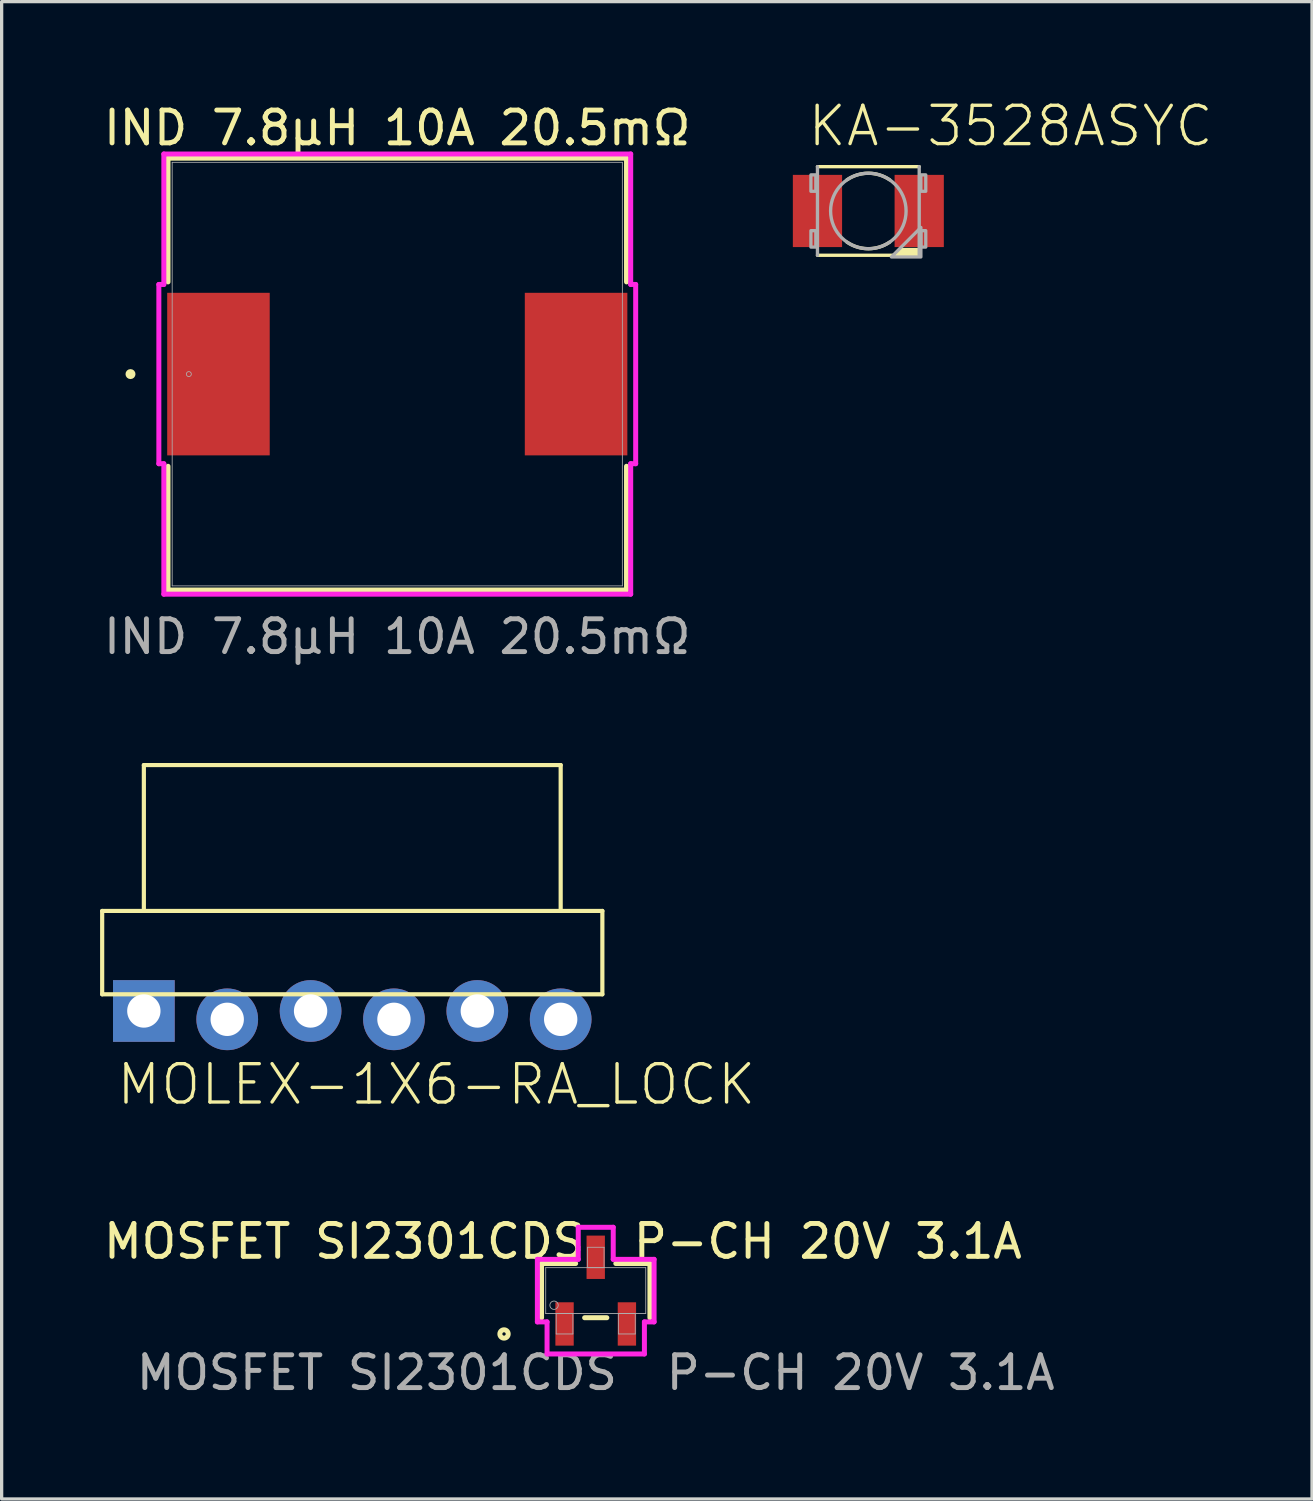
<source format=kicad_pcb>
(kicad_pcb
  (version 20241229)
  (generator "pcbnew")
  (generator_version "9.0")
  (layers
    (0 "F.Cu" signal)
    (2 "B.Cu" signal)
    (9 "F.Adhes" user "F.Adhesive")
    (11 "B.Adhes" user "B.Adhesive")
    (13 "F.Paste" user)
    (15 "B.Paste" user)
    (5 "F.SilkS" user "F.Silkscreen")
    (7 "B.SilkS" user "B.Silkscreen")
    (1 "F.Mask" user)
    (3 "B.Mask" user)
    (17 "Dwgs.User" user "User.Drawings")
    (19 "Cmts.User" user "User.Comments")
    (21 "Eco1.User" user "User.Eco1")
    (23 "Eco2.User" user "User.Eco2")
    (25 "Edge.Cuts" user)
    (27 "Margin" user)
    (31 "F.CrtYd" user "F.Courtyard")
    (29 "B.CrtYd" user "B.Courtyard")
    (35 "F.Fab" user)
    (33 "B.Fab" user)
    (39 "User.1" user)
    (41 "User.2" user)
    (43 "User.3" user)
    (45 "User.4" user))
  (footprint "MOLEX-1X6-RA_LOCK"
    (layer "F.Cu")
    (at 1.333 27.88)
    (property "Reference" "MOLEX-1X6-RA_LOCK" (at -0.889 2.794 0) (unlocked yes) (layer "F.SilkS") (effects (font (size 1.168 1.168) (thickness 0.102)) (justify left bottom)))
    (fp_line (start -1.27 -0.635) (end -1.27 -3.175) (stroke (width 0.127) (type solid)) (layer "F.SilkS"))
    (fp_line (start 0 -7.62) (end 12.7 -7.62) (stroke (width 0.127) (type solid)) (layer "F.SilkS"))
    (fp_line (start 0 -3.175) (end -1.27 -3.175) (stroke (width 0.127) (type solid)) (layer "F.SilkS"))
    (fp_line (start 0 -3.175) (end 0 -7.62) (stroke (width 0.127) (type solid)) (layer "F.SilkS"))
    (fp_line (start 12.7 -7.62) (end 12.7 -3.175) (stroke (width 0.127) (type solid)) (layer "F.SilkS"))
    (fp_line (start 12.7 -3.175) (end 0 -3.175) (stroke (width 0.127) (type solid)) (layer "F.SilkS"))
    (fp_line (start 13.97 -3.175) (end 12.7 -3.175) (stroke (width 0.127) (type solid)) (layer "F.SilkS"))
    (fp_line (start 13.97 -0.635) (end -1.27 -0.635) (stroke (width 0.127) (type solid)) (layer "F.SilkS"))
    (fp_line (start 13.97 -0.635) (end 13.97 -3.175) (stroke (width 0.127) (type solid)) (layer "F.SilkS"))
    (pad "1" thru_hole rect (at 0 -0.127) (size 1.88 1.88) (drill 1.016) (layers "*.Cu" "*.Mask"))
    (pad "2" thru_hole circle (at 2.54 0.127) (size 1.88 1.88) (drill 1.016) (layers "*.Cu" "*.Mask"))
    (pad "3" thru_hole circle (at 5.08 -0.127) (size 1.88 1.88) (drill 1.016) (layers "*.Cu" "*.Mask"))
    (pad "4" thru_hole circle (at 7.62 0.127) (size 1.88 1.88) (drill 1.016) (layers "*.Cu" "*.Mask"))
    (pad "5" thru_hole circle (at 10.16 -0.127) (size 1.88 1.88) (drill 1.016) (layers "*.Cu" "*.Mask"))
    (pad "6" thru_hole circle (at 12.7 0.127) (size 1.88 1.88) (drill 1.016) (layers "*.Cu" "*.Mask")))
  (footprint "KA-3528ASYC"
    (layer "F.Cu")
    (at 23.407 3.378)
    (property "Reference" "KA-3528ASYC" (at -1.905 -1.905 0) (unlocked yes) (layer "F.SilkS") (effects (font (size 1.168 1.168) (thickness 0.102)) (justify left bottom)))
    (fp_line (start -1.55 -1.35) (end 1.55 -1.35) (stroke (width 0.102) (type solid)) (layer "F.SilkS"))
    (fp_line (start 1.55 1.35) (end -1.55 1.35) (stroke (width 0.102) (type solid)) (layer "F.SilkS"))
    (fp_arc (start -0.65 -0.95) (mid 0 -1.149991) (end 0.65 -0.95) (stroke (width 0.1016) (type solid)) (layer "F.SilkS"))
    (fp_arc (start 0.65 0.95) (mid 0 1.149991) (end -0.65 0.95) (stroke (width 0.1016) (type solid)) (layer "F.SilkS"))
    (fp_poly (pts (xy 1.601 1.401) (xy 0.702 1.401) (xy 0.979 1.124) (xy 1.601 1.124)) (stroke (width 0) (type default)) (fill yes) (layer "F.SilkS"))
    (fp_line (start -1.55 1.35) (end -1.55 -1.35) (stroke (width 0.102) (type solid)) (layer "F.Fab"))
    (fp_line (start 1.55 -1.35) (end 1.55 1.35) (stroke (width 0.102) (type solid)) (layer "F.Fab"))
    (fp_circle (center 0 0) (end 1.15 0) (stroke (width 0.102) (type solid)) (fill no) (layer "F.Fab"))
    (fp_poly (pts (xy 1.601 1.401) (xy 0.702 1.401) (xy 1.601 0.502)) (stroke (width 0.1) (type default)) (fill no) (layer "F.Fab"))
    (fp_poly (pts (xy -1.75 -0.6) (xy -1.6 -0.6) (xy -1.6 -1.1) (xy -1.75 -1.1)) (stroke (width 0.1) (type default)) (fill no) (layer "F.Fab"))
    (fp_poly (pts (xy -1.75 1.1) (xy -1.6 1.1) (xy -1.6 0.6) (xy -1.75 0.6)) (stroke (width 0.1) (type default)) (fill no) (layer "F.Fab"))
    (fp_poly (pts (xy 1.75 -1.1) (xy 1.6 -1.1) (xy 1.6 -0.6) (xy 1.75 -0.6)) (stroke (width 0.1) (type default)) (fill no) (layer "F.Fab"))
    (fp_poly (pts (xy 1.75 0.6) (xy 1.6 0.6) (xy 1.6 1.1) (xy 1.75 1.1)) (stroke (width 0.1) (type default)) (fill no) (layer "F.Fab"))
    (pad "A" smd rect (at -1.55 0) (size 1.5 2.2) (layers "F.Cu" "F.Mask" "F.Paste"))
    (pad "C" smd rect (at 1.55 0) (size 1.5 2.2) (layers "F.Cu" "F.Mask" "F.Paste")))
  (footprint "MOSFET SI2301CDS  P-CH 20V 3.1A"
    (layer "F.Cu")
    (at 15.101 36.273)
    (property "Reference" "MOSFET SI2301CDS  P-CH 20V 3.1A" (at -1 -1.5 0) (unlocked yes) (layer "F.SilkS") (effects (font (size 1 1) (thickness 0.15))))
    (attr smd)
    (fp_line (start -1.651 -0.826) (end -1.651 0.826) (stroke (width 0.152) (type solid)) (layer "F.SilkS"))
    (fp_line (start -0.612 -0.826) (end -1.651 -0.826) (stroke (width 0.152) (type solid)) (layer "F.SilkS"))
    (fp_line (start -0.338 0.826) (end 0.338 0.826) (stroke (width 0.152) (type solid)) (layer "F.SilkS"))
    (fp_line (start 1.651 -0.826) (end 0.612 -0.826) (stroke (width 0.152) (type solid)) (layer "F.SilkS"))
    (fp_line (start 1.651 0.826) (end 1.651 -0.826) (stroke (width 0.152) (type solid)) (layer "F.SilkS"))
    (fp_circle (center -2.794 1.321) (end -2.667 1.321) (stroke (width 0.152) (type solid)) (fill no) (layer "F.SilkS"))
    (fp_line (start -1.778 -0.953) (end -0.533 -0.953) (stroke (width 0.152) (type solid)) (layer "F.CrtYd"))
    (fp_line (start -1.778 0.953) (end -1.778 -0.953) (stroke (width 0.152) (type solid)) (layer "F.CrtYd"))
    (fp_line (start -1.778 0.953) (end -1.483 0.953) (stroke (width 0.152) (type solid)) (layer "F.CrtYd"))
    (fp_line (start -1.483 0.953) (end -1.483 1.93) (stroke (width 0.152) (type solid)) (layer "F.CrtYd"))
    (fp_line (start -1.483 1.93) (end 1.483 1.93) (stroke (width 0.152) (type solid)) (layer "F.CrtYd"))
    (fp_line (start -0.533 -1.93) (end 0.533 -1.93) (stroke (width 0.152) (type solid)) (layer "F.CrtYd"))
    (fp_line (start -0.533 -0.953) (end -0.533 -1.93) (stroke (width 0.152) (type solid)) (layer "F.CrtYd"))
    (fp_line (start 0.533 -0.953) (end 0.533 -1.93) (stroke (width 0.152) (type solid)) (layer "F.CrtYd"))
    (fp_line (start 1.483 0.953) (end 1.483 1.93) (stroke (width 0.152) (type solid)) (layer "F.CrtYd"))
    (fp_line (start 1.778 -0.953) (end 0.533 -0.953) (stroke (width 0.152) (type solid)) (layer "F.CrtYd"))
    (fp_line (start 1.778 -0.953) (end 1.778 0.953) (stroke (width 0.152) (type solid)) (layer "F.CrtYd"))
    (fp_line (start 1.778 0.953) (end 1.483 0.953) (stroke (width 0.152) (type solid)) (layer "F.CrtYd"))
    (fp_line (start -1.524 -0.699) (end -1.524 0.699) (stroke (width 0.025) (type solid)) (layer "F.Fab"))
    (fp_line (start -1.524 0.699) (end 1.524 0.699) (stroke (width 0.025) (type solid)) (layer "F.Fab"))
    (fp_line (start -1.204 0.699) (end -1.204 1.321) (stroke (width 0.025) (type solid)) (layer "F.Fab"))
    (fp_line (start -1.204 1.321) (end -0.696 1.321) (stroke (width 0.025) (type solid)) (layer "F.Fab"))
    (fp_line (start -0.696 0.699) (end -1.204 0.699) (stroke (width 0.025) (type solid)) (layer "F.Fab"))
    (fp_line (start -0.696 1.321) (end -0.696 0.699) (stroke (width 0.025) (type solid)) (layer "F.Fab"))
    (fp_line (start -0.254 -1.321) (end -0.254 -0.699) (stroke (width 0.025) (type solid)) (layer "F.Fab"))
    (fp_line (start -0.254 -0.699) (end 0.254 -0.699) (stroke (width 0.025) (type solid)) (layer "F.Fab"))
    (fp_line (start 0.254 -1.321) (end -0.254 -1.321) (stroke (width 0.025) (type solid)) (layer "F.Fab"))
    (fp_line (start 0.254 -0.699) (end 0.254 -1.321) (stroke (width 0.025) (type solid)) (layer "F.Fab"))
    (fp_line (start 0.696 0.699) (end 0.696 1.321) (stroke (width 0.025) (type solid)) (layer "F.Fab"))
    (fp_line (start 0.696 1.321) (end 1.204 1.321) (stroke (width 0.025) (type solid)) (layer "F.Fab"))
    (fp_line (start 1.204 0.699) (end 0.696 0.699) (stroke (width 0.025) (type solid)) (layer "F.Fab"))
    (fp_line (start 1.204 1.321) (end 1.204 0.699) (stroke (width 0.025) (type solid)) (layer "F.Fab"))
    (fp_line (start 1.524 -0.699) (end -1.524 -0.699) (stroke (width 0.025) (type solid)) (layer "F.Fab"))
    (fp_line (start 1.524 0.699) (end 1.524 -0.699) (stroke (width 0.025) (type solid)) (layer "F.Fab"))
    (fp_circle (center -1.27 0.445) (end -1.143 0.445) (stroke (width 0.025) (type solid)) (fill no) (layer "F.Fab"))
    (fp_text user "${REFERENCE}" (at 0 2.5 0) (unlocked yes) (layer "F.Fab") (effects (font (size 1 1) (thickness 0.15))))
    (pad "1" smd rect (at -0.95 1.016) (size 0.559 1.321) (layers "F.Cu" "F.Mask" "F.Paste"))
    (pad "2" smd rect (at 0.95 1.016) (size 0.559 1.321) (layers "F.Cu" "F.Mask" "F.Paste"))
    (pad "3" smd rect (at 0 -1.016) (size 0.559 1.321) (layers "F.Cu" "F.Mask" "F.Paste")))
  (footprint "IND 7.8µH 10A 20.5mΩ"
    (layer "F.Cu")
    (at 9.054 8.348)
    (property "Reference" "IND 7.8µH 10A 20.5mΩ" (at 0 -7.5 0) (unlocked yes) (layer "F.SilkS") (effects (font (size 1 1) (thickness 0.15))))
    (attr smd)
    (fp_line (start -6.985 -6.579) (end -6.985 -2.809) (stroke (width 0.152) (type solid)) (layer "F.SilkS"))
    (fp_line (start -6.985 2.809) (end -6.985 6.579) (stroke (width 0.152) (type solid)) (layer "F.SilkS"))
    (fp_line (start -6.985 6.579) (end 6.985 6.579) (stroke (width 0.152) (type solid)) (layer "F.SilkS"))
    (fp_line (start 6.985 -6.579) (end -6.985 -6.579) (stroke (width 0.152) (type solid)) (layer "F.SilkS"))
    (fp_line (start 6.985 -2.809) (end 6.985 -6.579) (stroke (width 0.152) (type solid)) (layer "F.SilkS"))
    (fp_line (start 6.985 6.579) (end 6.985 2.809) (stroke (width 0.152) (type solid)) (layer "F.SilkS"))
    (fp_circle (center -8.128 0) (end -8.052 0) (stroke (width 0.152) (type solid)) (fill no) (layer "F.SilkS"))
    (fp_line (start -7.264 -2.731) (end -7.112 -2.731) (stroke (width 0.152) (type solid)) (layer "F.CrtYd"))
    (fp_line (start -7.264 2.731) (end -7.264 -2.731) (stroke (width 0.152) (type solid)) (layer "F.CrtYd"))
    (fp_line (start -7.112 -6.706) (end 7.112 -6.706) (stroke (width 0.152) (type solid)) (layer "F.CrtYd"))
    (fp_line (start -7.112 -2.731) (end -7.112 -6.706) (stroke (width 0.152) (type solid)) (layer "F.CrtYd"))
    (fp_line (start -7.112 2.731) (end -7.264 2.731) (stroke (width 0.152) (type solid)) (layer "F.CrtYd"))
    (fp_line (start -7.112 6.706) (end -7.112 2.731) (stroke (width 0.152) (type solid)) (layer "F.CrtYd"))
    (fp_line (start 7.112 -6.706) (end 7.112 -2.731) (stroke (width 0.152) (type solid)) (layer "F.CrtYd"))
    (fp_line (start 7.112 -2.731) (end 7.264 -2.731) (stroke (width 0.152) (type solid)) (layer "F.CrtYd"))
    (fp_line (start 7.112 2.731) (end 7.112 6.706) (stroke (width 0.152) (type solid)) (layer "F.CrtYd"))
    (fp_line (start 7.112 6.706) (end -7.112 6.706) (stroke (width 0.152) (type solid)) (layer "F.CrtYd"))
    (fp_line (start 7.264 -2.731) (end 7.264 2.731) (stroke (width 0.152) (type solid)) (layer "F.CrtYd"))
    (fp_line (start 7.264 2.731) (end 7.112 2.731) (stroke (width 0.152) (type solid)) (layer "F.CrtYd"))
    (fp_line (start -6.858 -6.452) (end -6.858 6.452) (stroke (width 0.025) (type solid)) (layer "F.Fab"))
    (fp_line (start -6.858 6.452) (end 6.858 6.452) (stroke (width 0.025) (type solid)) (layer "F.Fab"))
    (fp_line (start 6.858 -6.452) (end -6.858 -6.452) (stroke (width 0.025) (type solid)) (layer "F.Fab"))
    (fp_line (start 6.858 6.452) (end 6.858 -6.452) (stroke (width 0.025) (type solid)) (layer "F.Fab"))
    (fp_circle (center -6.35 0) (end -6.274 0) (stroke (width 0.025) (type solid)) (fill no) (layer "F.Fab"))
    (fp_text user "${REFERENCE}" (at 0 8 0) (unlocked yes) (layer "F.Fab") (effects (font (size 1 1) (thickness 0.15))))
    (pad "1" smd rect (at -5.448 0 90) (size 4.953 3.124) (layers "F.Cu" "F.Mask" "F.Paste"))
    (pad "2" smd rect (at 5.448 0 90) (size 4.953 3.124) (layers "F.Cu" "F.Mask" "F.Paste"))
    (zone (net_name "") (layer "F.Cu") (hatch full 0.508) (connect_pads) (min_thickness 0.254) (filled_areas_thickness no) (keepout (tracks not_allowed) (vias not_allowed) (pads allowed) (copperpour not_allowed) (footprints allowed)) (placement (enabled no)) (fill) (polygon (pts (xy 2.246 1.947) (xy 15.861 1.947) (xy 15.861 5.821) (xy 2.246 5.821))))
    (zone (net_name "") (layer "F.Cu") (hatch full 0.508) (connect_pads) (min_thickness 0.254) (filled_areas_thickness no) (keepout (tracks not_allowed) (vias not_allowed) (pads allowed) (copperpour not_allowed) (footprints allowed)) (placement (enabled no)) (fill) (polygon (pts (xy 2.246 10.876) (xy 15.861 10.876) (xy 15.861 14.749) (xy 2.246 14.749))))
    (zone (net_name "") (layer "F.Cu") (hatch full 0.508) (connect_pads) (min_thickness 0.254) (filled_areas_thickness no) (keepout (tracks not_allowed) (vias not_allowed) (pads allowed) (copperpour not_allowed) (footprints allowed)) (placement (enabled no)) (fill) (polygon (pts (xy 5.218 5.821) (xy 12.889 5.821) (xy 12.889 10.876) (xy 5.218 10.876)))))
  (gr_rect
    (start -3 -3)
    (end 36.925 42.621)
    (stroke (width 0.1) (type default))
    (fill no)
    (layer "Edge.Cuts")))
</source>
